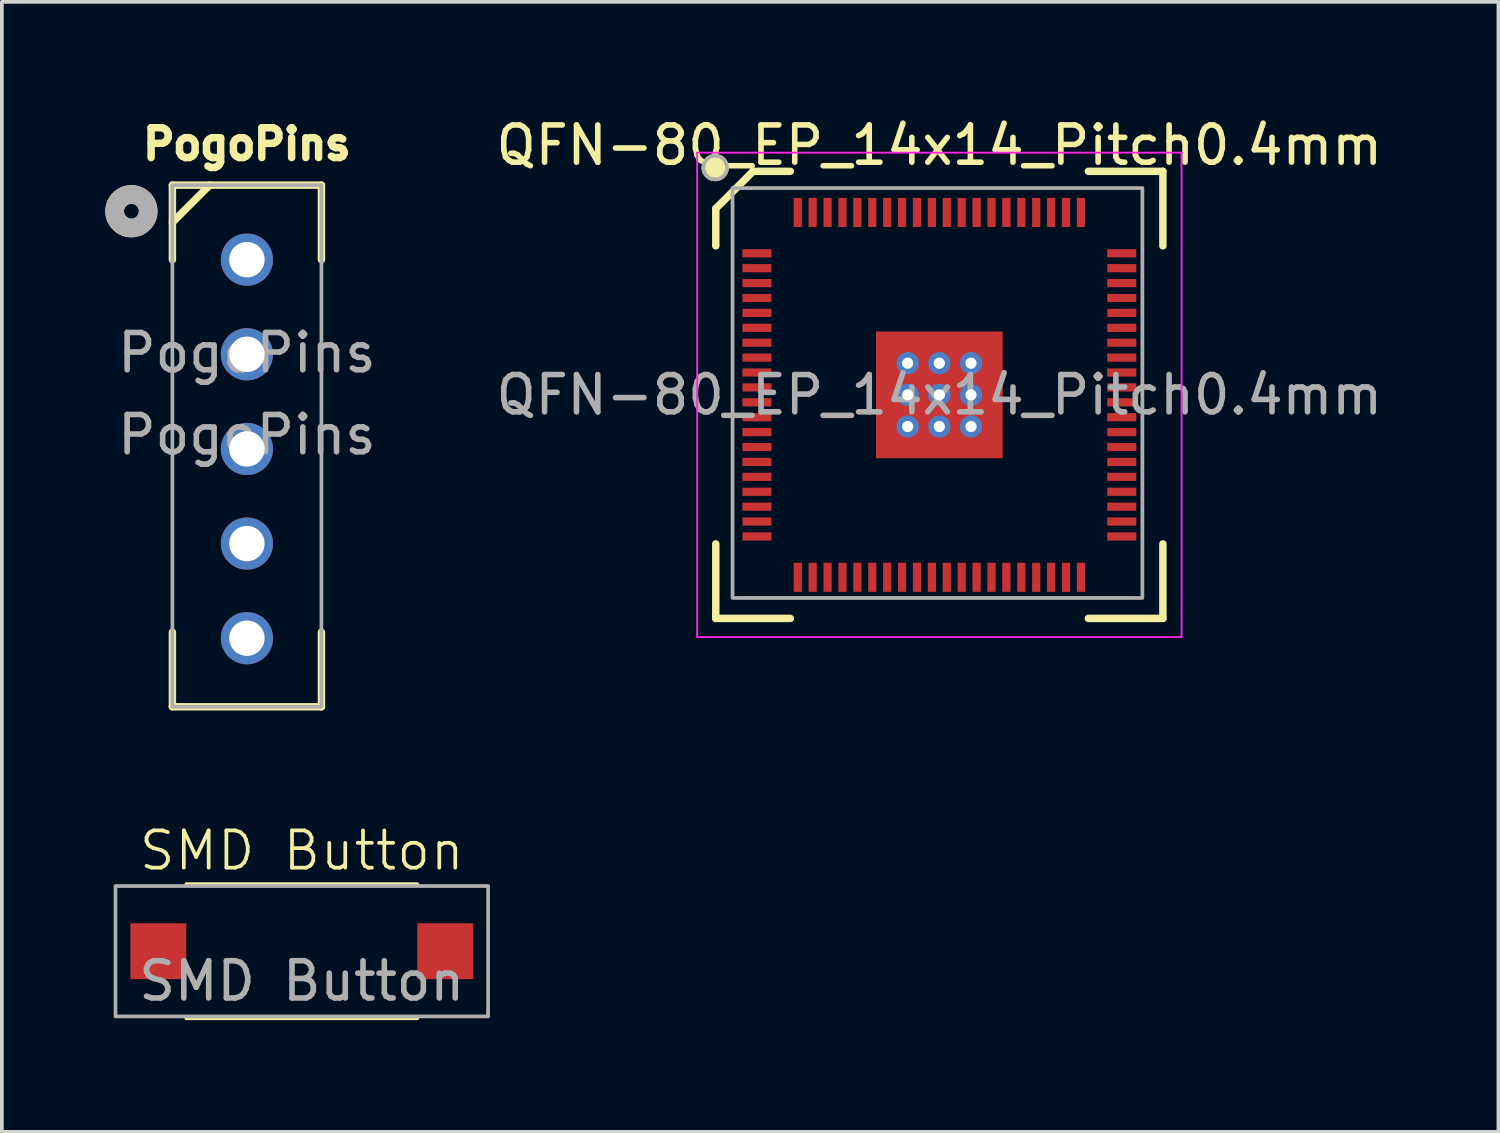
<source format=kicad_pcb>
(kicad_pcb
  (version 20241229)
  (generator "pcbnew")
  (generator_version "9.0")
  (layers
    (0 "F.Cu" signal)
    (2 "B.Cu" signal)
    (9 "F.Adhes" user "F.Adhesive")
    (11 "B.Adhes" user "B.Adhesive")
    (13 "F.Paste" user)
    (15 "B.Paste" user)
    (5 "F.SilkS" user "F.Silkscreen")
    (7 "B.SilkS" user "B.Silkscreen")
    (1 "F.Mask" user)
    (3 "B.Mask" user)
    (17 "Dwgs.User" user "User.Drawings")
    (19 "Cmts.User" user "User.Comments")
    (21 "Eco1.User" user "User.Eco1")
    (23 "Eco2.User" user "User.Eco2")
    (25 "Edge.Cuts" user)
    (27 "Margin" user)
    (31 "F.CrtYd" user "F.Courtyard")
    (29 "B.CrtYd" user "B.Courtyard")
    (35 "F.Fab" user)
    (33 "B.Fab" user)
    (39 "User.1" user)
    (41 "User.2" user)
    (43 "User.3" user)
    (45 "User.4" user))
  (footprint "QFN-80_EP_14x14_Pitch0.4mm"
    (layer "F.Cu")
    (at 22.161 7.548)
    (property "Reference" "QFN-80_EP_14x14_Pitch0.4mm" (at 0 -6.7 0) (layer "F.SilkS") (effects (font (size 1 1) (thickness 0.15))))
    (attr smd)
    (fp_line (start -6 -5) (end -6 -4) (stroke (width 0.2) (type solid)) (layer "F.SilkS"))
    (fp_line (start -6 -5) (end -5 -6) (stroke (width 0.2) (type solid)) (layer "F.SilkS"))
    (fp_line (start -6 6) (end -6 4) (stroke (width 0.2) (type solid)) (layer "F.SilkS"))
    (fp_line (start -6 6) (end -4 6) (stroke (width 0.2) (type solid)) (layer "F.SilkS"))
    (fp_line (start -5 -6) (end -4 -6) (stroke (width 0.2) (type solid)) (layer "F.SilkS"))
    (fp_line (start 6 -6) (end 4 -6) (stroke (width 0.2) (type solid)) (layer "F.SilkS"))
    (fp_line (start 6 -6) (end 6 -4) (stroke (width 0.2) (type solid)) (layer "F.SilkS"))
    (fp_line (start 6 6) (end 4 6) (stroke (width 0.2) (type solid)) (layer "F.SilkS"))
    (fp_line (start 6 6) (end 6 4) (stroke (width 0.2) (type solid)) (layer "F.SilkS"))
    (fp_circle (center -6.016 -6.1) (end -5.716 -6.2) (stroke (width 0.1) (type solid)) (fill yes) (layer "F.SilkS"))
    (fp_line (start -6.5 -6.5) (end 6.5 -6.5) (stroke (width 0.05) (type default)) (layer "F.CrtYd"))
    (fp_line (start -6.5 6.5) (end -6.5 -6.5) (stroke (width 0.05) (type default)) (layer "F.CrtYd"))
    (fp_line (start 6.5 -6.5) (end 6.5 6.5) (stroke (width 0.05) (type default)) (layer "F.CrtYd"))
    (fp_line (start 6.5 6.5) (end -6.5 6.5) (stroke (width 0.05) (type default)) (layer "F.CrtYd"))
    (fp_rect (start -5.55 -5.55) (end 5.45 5.45) (stroke (width 0.1) (type solid)) (fill no) (layer "F.Fab"))
    (fp_circle (center -6.016 -6.1) (end -5.716 -6.2) (stroke (width 0.1) (type solid)) (fill no) (layer "F.Fab"))
    (fp_text user "${REFERENCE}" (at 0 0 0) (layer "F.Fab") (effects (font (size 1 1) (thickness 0.15))))
    (pad "" smd rect (at -1.275 -1.275) (size 0.75 0.75) (layers "F.Paste"))
    (pad "" smd rect (at -1.275 -0.425) (size 0.75 0.75) (layers "F.Paste"))
    (pad "" smd rect (at -1.275 0.425) (size 0.75 0.75) (layers "F.Paste"))
    (pad "" smd rect (at -1.275 1.275) (size 0.75 0.75) (layers "F.Paste"))
    (pad "" smd rect (at -0.425 -1.275) (size 0.75 0.75) (layers "F.Paste"))
    (pad "" smd rect (at -0.425 -0.425) (size 0.75 0.75) (layers "F.Paste"))
    (pad "" smd rect (at -0.425 0.425) (size 0.75 0.75) (layers "F.Paste"))
    (pad "" smd rect (at -0.425 1.275) (size 0.75 0.75) (layers "F.Paste"))
    (pad "" smd rect (at 0.425 -1.275) (size 0.75 0.75) (layers "F.Paste"))
    (pad "" smd rect (at 0.425 -0.425) (size 0.75 0.75) (layers "F.Paste"))
    (pad "" smd rect (at 0.425 0.425) (size 0.75 0.75) (layers "F.Paste"))
    (pad "" smd rect (at 0.425 1.275) (size 0.75 0.75) (layers "F.Paste"))
    (pad "" smd rect (at 1.275 -1.275) (size 0.75 0.75) (layers "F.Paste"))
    (pad "" smd rect (at 1.275 -0.425) (size 0.75 0.75) (layers "F.Paste"))
    (pad "" smd rect (at 1.275 0.425) (size 0.75 0.75) (layers "F.Paste"))
    (pad "" smd rect (at 1.275 1.275) (size 0.75 0.75) (layers "F.Paste"))
    (pad "1" smd rect (at -4.896 -3.8 90) (size 0.22 0.78) (layers "F.Cu" "F.Mask" "F.Paste"))
    (pad "2" smd rect (at -4.896 -3.4 90) (size 0.22 0.78) (layers "F.Cu" "F.Mask" "F.Paste"))
    (pad "3" smd rect (at -4.896 -3 90) (size 0.22 0.78) (layers "F.Cu" "F.Mask" "F.Paste"))
    (pad "4" smd rect (at -4.896 -2.6 90) (size 0.22 0.78) (layers "F.Cu" "F.Mask" "F.Paste"))
    (pad "5" smd rect (at -4.896 -2.2 90) (size 0.22 0.78) (layers "F.Cu" "F.Mask" "F.Paste"))
    (pad "6" smd rect (at -4.896 -1.8 90) (size 0.22 0.78) (layers "F.Cu" "F.Mask" "F.Paste"))
    (pad "7" smd rect (at -4.896 -1.4 90) (size 0.22 0.78) (layers "F.Cu" "F.Mask" "F.Paste"))
    (pad "8" smd rect (at -4.896 -1 90) (size 0.22 0.78) (layers "F.Cu" "F.Mask" "F.Paste"))
    (pad "9" smd rect (at -4.896 -0.6 90) (size 0.22 0.78) (layers "F.Cu" "F.Mask" "F.Paste"))
    (pad "10" smd rect (at -4.896 -0.2 90) (size 0.22 0.78) (layers "F.Cu" "F.Mask" "F.Paste"))
    (pad "11" smd rect (at -4.896 0.2 90) (size 0.22 0.78) (layers "F.Cu" "F.Mask" "F.Paste"))
    (pad "12" smd rect (at -4.896 0.6 90) (size 0.22 0.78) (layers "F.Cu" "F.Mask" "F.Paste"))
    (pad "13" smd rect (at -4.896 1 90) (size 0.22 0.78) (layers "F.Cu" "F.Mask" "F.Paste"))
    (pad "14" smd rect (at -4.896 1.4 90) (size 0.22 0.78) (layers "F.Cu" "F.Mask" "F.Paste"))
    (pad "15" smd rect (at -4.896 1.8 90) (size 0.22 0.78) (layers "F.Cu" "F.Mask" "F.Paste"))
    (pad "16" smd rect (at -4.896 2.2 90) (size 0.22 0.78) (layers "F.Cu" "F.Mask" "F.Paste"))
    (pad "17" smd rect (at -4.896 2.6 90) (size 0.22 0.78) (layers "F.Cu" "F.Mask" "F.Paste"))
    (pad "18" smd rect (at -4.896 3 90) (size 0.22 0.78) (layers "F.Cu" "F.Mask" "F.Paste"))
    (pad "19" smd rect (at -4.896 3.4 90) (size 0.22 0.78) (layers "F.Cu" "F.Mask" "F.Paste"))
    (pad "20" smd rect (at -4.896 3.8 90) (size 0.22 0.78) (layers "F.Cu" "F.Mask" "F.Paste"))
    (pad "21" smd rect (at -3.8 4.896) (size 0.22 0.78) (layers "F.Cu" "F.Mask" "F.Paste"))
    (pad "22" smd rect (at -3.4 4.896) (size 0.22 0.78) (layers "F.Cu" "F.Mask" "F.Paste"))
    (pad "23" smd rect (at -3 4.896) (size 0.22 0.78) (layers "F.Cu" "F.Mask" "F.Paste"))
    (pad "24" smd rect (at -2.6 4.896) (size 0.22 0.78) (layers "F.Cu" "F.Mask" "F.Paste"))
    (pad "25" smd rect (at -2.2 4.896) (size 0.22 0.78) (layers "F.Cu" "F.Mask" "F.Paste"))
    (pad "26" smd rect (at -1.8 4.896) (size 0.22 0.78) (layers "F.Cu" "F.Mask" "F.Paste"))
    (pad "27" smd rect (at -1.4 4.896) (size 0.22 0.78) (layers "F.Cu" "F.Mask" "F.Paste"))
    (pad "28" smd rect (at -1 4.896) (size 0.22 0.78) (layers "F.Cu" "F.Mask" "F.Paste"))
    (pad "29" smd rect (at -0.6 4.896) (size 0.22 0.78) (layers "F.Cu" "F.Mask" "F.Paste"))
    (pad "30" smd rect (at -0.2 4.896) (size 0.22 0.78) (layers "F.Cu" "F.Mask" "F.Paste"))
    (pad "31" smd rect (at 0.2 4.896) (size 0.22 0.78) (layers "F.Cu" "F.Mask" "F.Paste"))
    (pad "32" smd rect (at 0.6 4.896) (size 0.22 0.78) (layers "F.Cu" "F.Mask" "F.Paste"))
    (pad "33" smd rect (at 1 4.896) (size 0.22 0.78) (layers "F.Cu" "F.Mask" "F.Paste"))
    (pad "34" smd rect (at 1.4 4.896) (size 0.22 0.78) (layers "F.Cu" "F.Mask" "F.Paste"))
    (pad "35" smd rect (at 1.8 4.896) (size 0.22 0.78) (layers "F.Cu" "F.Mask" "F.Paste"))
    (pad "36" smd rect (at 2.2 4.896) (size 0.22 0.78) (layers "F.Cu" "F.Mask" "F.Paste"))
    (pad "37" smd rect (at 2.6 4.896) (size 0.22 0.78) (layers "F.Cu" "F.Mask" "F.Paste"))
    (pad "38" smd rect (at 3 4.896) (size 0.22 0.78) (layers "F.Cu" "F.Mask" "F.Paste"))
    (pad "39" smd rect (at 3.4 4.896) (size 0.22 0.78) (layers "F.Cu" "F.Mask" "F.Paste"))
    (pad "40" smd rect (at 3.8 4.896) (size 0.22 0.78) (layers "F.Cu" "F.Mask" "F.Paste"))
    (pad "41" smd rect (at 4.896 3.8 90) (size 0.22 0.78) (layers "F.Cu" "F.Mask" "F.Paste"))
    (pad "42" smd rect (at 4.896 3.4 90) (size 0.22 0.78) (layers "F.Cu" "F.Mask" "F.Paste"))
    (pad "43" smd rect (at 4.896 3 90) (size 0.22 0.78) (layers "F.Cu" "F.Mask" "F.Paste"))
    (pad "44" smd rect (at 4.896 2.6 90) (size 0.22 0.78) (layers "F.Cu" "F.Mask" "F.Paste"))
    (pad "45" smd rect (at 4.896 2.2 90) (size 0.22 0.78) (layers "F.Cu" "F.Mask" "F.Paste"))
    (pad "46" smd rect (at 4.896 1.8 90) (size 0.22 0.78) (layers "F.Cu" "F.Mask" "F.Paste"))
    (pad "47" smd rect (at 4.896 1.4 90) (size 0.22 0.78) (layers "F.Cu" "F.Mask" "F.Paste"))
    (pad "48" smd rect (at 4.896 1 90) (size 0.22 0.78) (layers "F.Cu" "F.Mask" "F.Paste"))
    (pad "49" smd rect (at 4.896 0.6 90) (size 0.22 0.78) (layers "F.Cu" "F.Mask" "F.Paste"))
    (pad "50" smd rect (at 4.896 0.2 90) (size 0.22 0.78) (layers "F.Cu" "F.Mask" "F.Paste"))
    (pad "51" smd rect (at 4.896 -0.2 90) (size 0.22 0.78) (layers "F.Cu" "F.Mask" "F.Paste"))
    (pad "52" smd rect (at 4.896 -0.6 90) (size 0.22 0.78) (layers "F.Cu" "F.Mask" "F.Paste"))
    (pad "53" smd rect (at 4.896 -1 90) (size 0.22 0.78) (layers "F.Cu" "F.Mask" "F.Paste"))
    (pad "54" smd rect (at 4.896 -1.4 90) (size 0.22 0.78) (layers "F.Cu" "F.Mask" "F.Paste"))
    (pad "55" smd rect (at 4.896 -1.8 90) (size 0.22 0.78) (layers "F.Cu" "F.Mask" "F.Paste"))
    (pad "56" smd rect (at 4.896 -2.2 90) (size 0.22 0.78) (layers "F.Cu" "F.Mask" "F.Paste"))
    (pad "57" smd rect (at 4.896 -2.6 90) (size 0.22 0.78) (layers "F.Cu" "F.Mask" "F.Paste"))
    (pad "58" smd rect (at 4.896 -3 90) (size 0.22 0.78) (layers "F.Cu" "F.Mask" "F.Paste"))
    (pad "59" smd rect (at 4.896 -3.4 90) (size 0.22 0.78) (layers "F.Cu" "F.Mask" "F.Paste"))
    (pad "60" smd rect (at 4.896 -3.8 90) (size 0.22 0.78) (layers "F.Cu" "F.Mask" "F.Paste"))
    (pad "61" smd rect (at 3.8 -4.896) (size 0.22 0.78) (layers "F.Cu" "F.Mask" "F.Paste"))
    (pad "62" smd rect (at 3.4 -4.896) (size 0.22 0.78) (layers "F.Cu" "F.Mask" "F.Paste"))
    (pad "63" smd rect (at 3 -4.896) (size 0.22 0.78) (layers "F.Cu" "F.Mask" "F.Paste"))
    (pad "64" smd rect (at 2.6 -4.896) (size 0.22 0.78) (layers "F.Cu" "F.Mask" "F.Paste"))
    (pad "65" smd rect (at 2.2 -4.896) (size 0.22 0.78) (layers "F.Cu" "F.Mask" "F.Paste"))
    (pad "66" smd rect (at 1.8 -4.896) (size 0.22 0.78) (layers "F.Cu" "F.Mask" "F.Paste"))
    (pad "67" smd rect (at 1.4 -4.896) (size 0.22 0.78) (layers "F.Cu" "F.Mask" "F.Paste"))
    (pad "68" smd rect (at 1 -4.896) (size 0.22 0.78) (layers "F.Cu" "F.Mask" "F.Paste"))
    (pad "69" smd rect (at 0.6 -4.896) (size 0.22 0.78) (layers "F.Cu" "F.Mask" "F.Paste"))
    (pad "70" smd rect (at 0.2 -4.896) (size 0.22 0.78) (layers "F.Cu" "F.Mask" "F.Paste"))
    (pad "71" smd rect (at -0.2 -4.896) (size 0.22 0.78) (layers "F.Cu" "F.Mask" "F.Paste"))
    (pad "72" smd rect (at -0.6 -4.896) (size 0.22 0.78) (layers "F.Cu" "F.Mask" "F.Paste"))
    (pad "73" smd rect (at -1 -4.896) (size 0.22 0.78) (layers "F.Cu" "F.Mask" "F.Paste"))
    (pad "74" smd rect (at -1.4 -4.896) (size 0.22 0.78) (layers "F.Cu" "F.Mask" "F.Paste"))
    (pad "75" smd rect (at -1.8 -4.896) (size 0.22 0.78) (layers "F.Cu" "F.Mask" "F.Paste"))
    (pad "76" smd rect (at -2.2 -4.896) (size 0.22 0.78) (layers "F.Cu" "F.Mask" "F.Paste"))
    (pad "77" smd rect (at -2.6 -4.896) (size 0.22 0.78) (layers "F.Cu" "F.Mask" "F.Paste"))
    (pad "78" smd rect (at -3 -4.896) (size 0.22 0.78) (layers "F.Cu" "F.Mask" "F.Paste"))
    (pad "79" smd rect (at -3.4 -4.896) (size 0.22 0.78) (layers "F.Cu" "F.Mask" "F.Paste"))
    (pad "80" smd rect (at -3.8 -4.896) (size 0.22 0.78) (layers "F.Cu" "F.Mask" "F.Paste"))
    (pad "81" thru_hole circle (at -0.85 -0.85) (size 0.6 0.6) (drill 0.3) (property pad_prop_heatsink) (layers "*.Cu" "*.Mask"))
    (pad "81" thru_hole circle (at -0.85 0) (size 0.6 0.6) (drill 0.3) (property pad_prop_heatsink) (layers "*.Cu" "*.Mask"))
    (pad "81" thru_hole circle (at -0.85 0.85) (size 0.6 0.6) (drill 0.3) (property pad_prop_heatsink) (layers "*.Cu" "*.Mask"))
    (pad "81" thru_hole circle (at 0 -0.85) (size 0.6 0.6) (drill 0.3) (property pad_prop_heatsink) (layers "*.Cu" "*.Mask"))
    (pad "81" thru_hole circle (at 0 0) (size 0.6 0.6) (drill 0.3) (property pad_prop_heatsink) (layers "*.Cu" "*.Mask"))
    (pad "81" smd rect (at 0 0) (size 3.4 3.4) (layers "F.Cu" "F.Mask"))
    (pad "81" thru_hole circle (at 0 0.85) (size 0.6 0.6) (drill 0.3) (property pad_prop_heatsink) (layers "*.Cu" "*.Mask"))
    (pad "81" thru_hole circle (at 0.85 -0.85) (size 0.6 0.6) (drill 0.3) (property pad_prop_heatsink) (layers "*.Cu" "*.Mask"))
    (pad "81" thru_hole circle (at 0.85 0) (size 0.6 0.6) (drill 0.3) (property pad_prop_heatsink) (layers "*.Cu" "*.Mask"))
    (pad "81" thru_hole circle (at 0.85 0.85) (size 0.6 0.6) (drill 0.3) (property pad_prop_heatsink) (layers "*.Cu" "*.Mask")))
  (footprint "PogoPins"
    (layer "F.Cu")
    (at 3.577 3.919)
    (property "Reference" "PogoPins" (at 0 -3.1 0) (unlocked yes) (layer "F.SilkS") (effects (font (size 0.8 0.8) (thickness 0.2) (bold yes))))
    (attr smd)
    (fp_line (start -2 -2) (end 2 -2) (stroke (width 0.2) (type default)) (layer "F.SilkS"))
    (fp_line (start -2 -1) (end -1 -2) (stroke (width 0.2) (type default)) (layer "F.SilkS"))
    (fp_line (start -2 0) (end -2 -2) (stroke (width 0.2) (type default)) (layer "F.SilkS"))
    (fp_line (start -2 12) (end -2 10) (stroke (width 0.2) (type default)) (layer "F.SilkS"))
    (fp_line (start 2 -2) (end 2 0) (stroke (width 0.2) (type default)) (layer "F.SilkS"))
    (fp_line (start 2 10) (end 2 12) (stroke (width 0.2) (type default)) (layer "F.SilkS"))
    (fp_line (start 2 12) (end -2 12) (stroke (width 0.2) (type default)) (layer "F.SilkS"))
    (fp_circle (center -3.1 -1.3) (end -2.9 -1.3) (stroke (width 0.5) (type solid)) (fill no) (layer "F.SilkS"))
    (fp_rect (start -2 -2) (end 2 12) (stroke (width 0.1) (type default)) (fill no) (layer "F.Fab"))
    (fp_circle (center -3.1 -1.3) (end -2.9 -1.3) (stroke (width 0.5) (type solid)) (fill no) (layer "F.Fab"))
    (fp_text user "${REFERENCE}" (at 0 4.7 0) (unlocked yes) (layer "F.Fab") (effects (font (size 1 1) (thickness 0.15))))
    (fp_text user "${REFERENCE}" (at 0 2.5 0) (unlocked yes) (layer "F.Fab") (effects (font (size 1 1) (thickness 0.15))))
    (pad "1" thru_hole circle (at 0 0) (size 1.4 1.4) (drill 0.95) (layers "*.Cu" "*.Mask"))
    (pad "2" thru_hole circle (at 0 2.54) (size 1.4 1.4) (drill 0.95) (layers "*.Cu" "*.Mask"))
    (pad "3" thru_hole circle (at 0 5.08) (size 1.4 1.4) (drill 0.95) (layers "*.Cu" "*.Mask"))
    (pad "4" thru_hole circle (at 0 7.62) (size 1.4 1.4) (drill 0.95) (layers "*.Cu" "*.Mask"))
    (pad "5" thru_hole circle (at 0 10.16) (size 1.4 1.4) (drill 0.95) (layers "*.Cu" "*.Mask")))
  (footprint "SMD Button"
    (layer "F.Cu")
    (at 5.05 22.48)
    (property "Reference" "SMD Button" (at 0 -2.7 0) (unlocked yes) (layer "F.SilkS") (effects (font (size 1 1) (thickness 0.1))))
    (attr smd)
    (fp_line (start -3.1 -1.8) (end 3.1 -1.8) (stroke (width 0.1) (type default)) (layer "F.SilkS"))
    (fp_line (start -3.1 1.8) (end 3.1 1.8) (stroke (width 0.1) (type default)) (layer "F.SilkS"))
    (fp_rect (start -5 -1.75) (end 5 1.75) (stroke (width 0.1) (type solid)) (fill no) (layer "F.Fab"))
    (fp_text user "${REFERENCE}" (at 0 0.8 0) (unlocked yes) (layer "F.Fab") (effects (font (size 1 1) (thickness 0.15))))
    (pad "1" smd rect (at -3.85 0) (size 1.5 1.5) (layers "F.Cu" "F.Mask" "F.Paste"))
    (pad "2" smd rect (at 3.85 0) (size 1.5 1.5) (layers "F.Cu" "F.Mask" "F.Paste")))
  (gr_rect
    (start -3 -3)
    (end 37.167 27.329)
    (stroke (width 0.1) (type default))
    (fill no)
    (layer "Edge.Cuts")))
</source>
